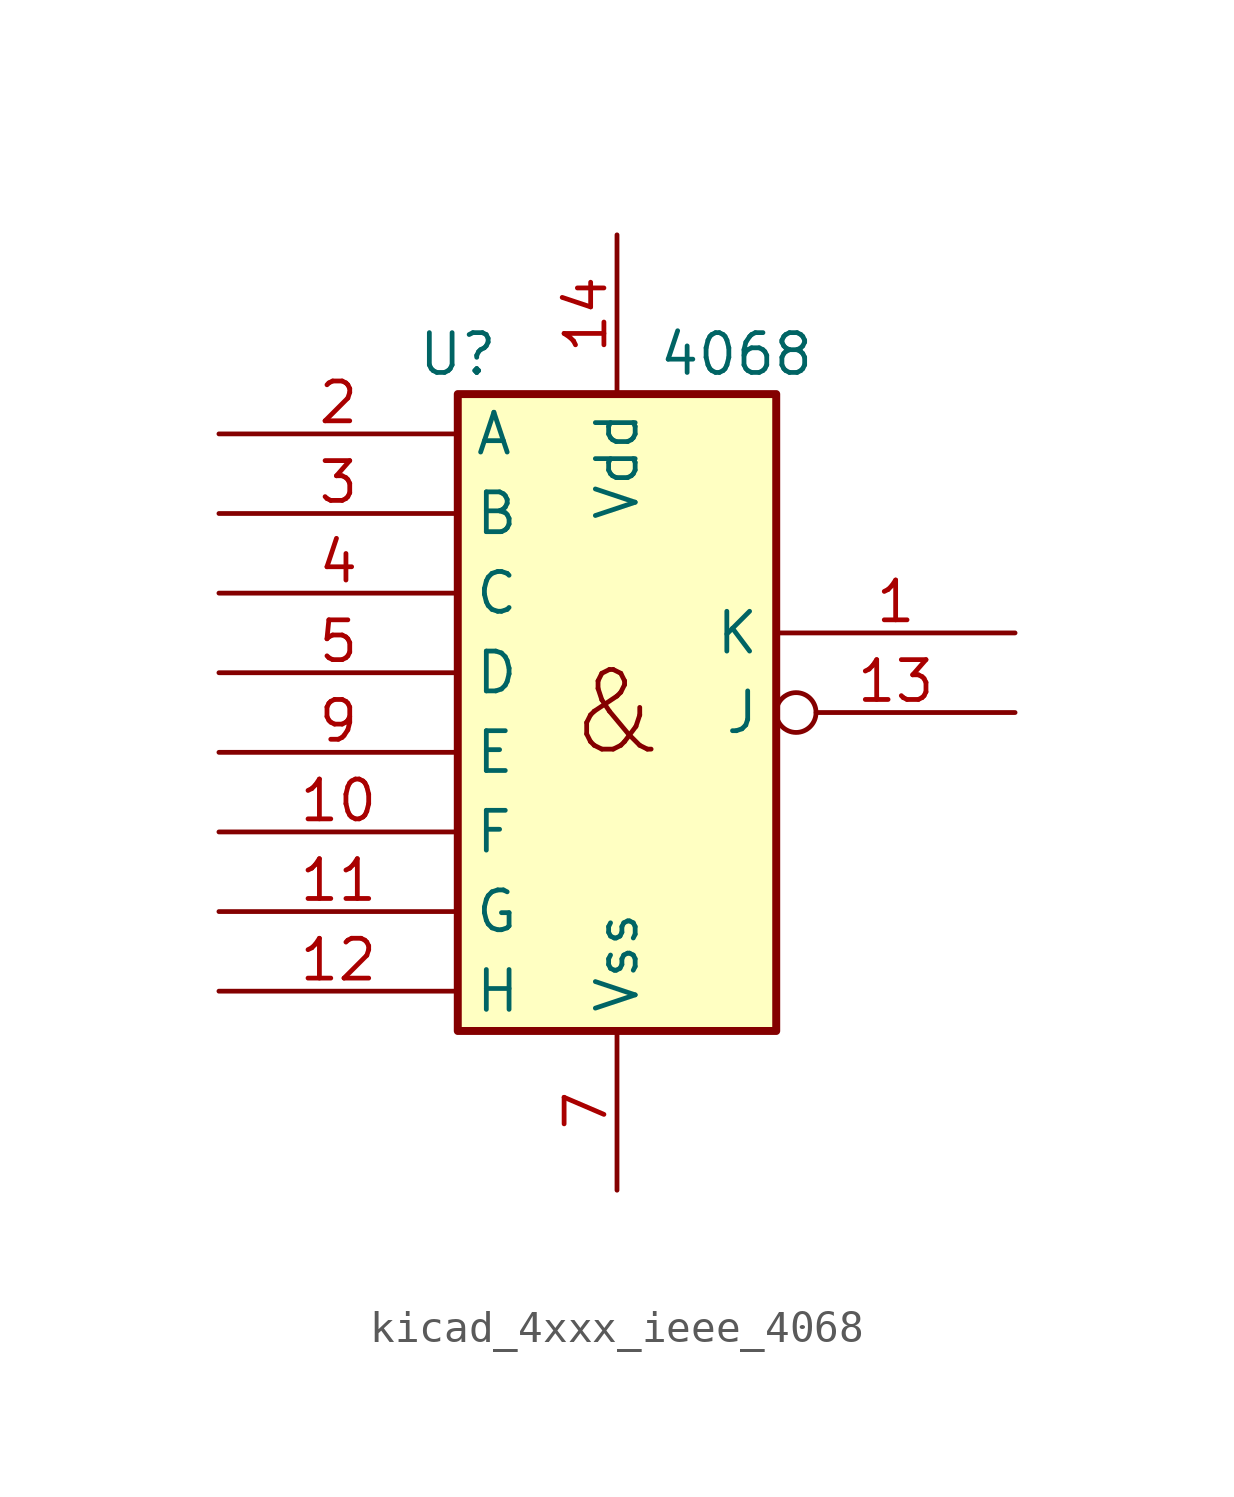
<source format=kicad_sym>
(kicad_symbol_lib
  (version 20220914)
  (generator kicad_symbol_editor)
  (symbol "kicad_4xxx_ieee_4068"
    (property "Reference" "U"
      (at -5.08 11.43 0)
      (effects (font (size 1.27 1.27))))
    (property "Value" "4068"
      (at 3.81 11.43 0)
      (effects (font (size 1.27 1.27))))
    (symbol "kicad_4xxx_ieee_4068_0_0"
      (rectangle (start -5.08 10.16) (end 5.08 -10.16) (stroke (width 0.254) (type default)) (fill (type background)))
      (text "&" (at 0 0 0) (effects (font (size 2.54 2.54)))))
    (symbol "kicad_4xxx_ieee_4068_0_1"
      (pin power_in line (at 0 15.24 270) (length 5.08) (name "Vdd" (effects (font (size 1.27 1.27)))) (number "14" (effects (font (size 1.27 1.27)))))
      (pin power_in line (at 0 -15.24 90) (length 5.08) (name "Vss" (effects (font (size 1.27 1.27)))) (number "7" (effects (font (size 1.27 1.27))))))
    (symbol "kicad_4xxx_ieee_4068_1_1"
      (pin output line (at 12.7 2.54 180) (length 7.62) (name "K" (effects (font (size 1.27 1.27)))) (number "1" (effects (font (size 1.27 1.27)))))
      (pin input line (at -12.7 -3.81 0) (length 7.62) (name "F" (effects (font (size 1.27 1.27)))) (number "10" (effects (font (size 1.27 1.27)))))
      (pin input line (at -12.7 -6.35 0) (length 7.62) (name "G" (effects (font (size 1.27 1.27)))) (number "11" (effects (font (size 1.27 1.27)))))
      (pin input line (at -12.7 -8.89 0) (length 7.62) (name "H" (effects (font (size 1.27 1.27)))) (number "12" (effects (font (size 1.27 1.27)))))
      (pin output inverted (at 12.7 0 180) (length 7.62) (name "J" (effects (font (size 1.27 1.27)))) (number "13" (effects (font (size 1.27 1.27)))))
      (pin input line (at -12.7 8.89 0) (length 7.62) (name "A" (effects (font (size 1.27 1.27)))) (number "2" (effects (font (size 1.27 1.27)))))
      (pin input line (at -12.7 6.35 0) (length 7.62) (name "B" (effects (font (size 1.27 1.27)))) (number "3" (effects (font (size 1.27 1.27)))))
      (pin input line (at -12.7 3.81 0) (length 7.62) (name "C" (effects (font (size 1.27 1.27)))) (number "4" (effects (font (size 1.27 1.27)))))
      (pin input line (at -12.7 1.27 0) (length 7.62) (name "D" (effects (font (size 1.27 1.27)))) (number "5" (effects (font (size 1.27 1.27)))))
      (pin input line (at -12.7 -1.27 0) (length 7.62) (name "E" (effects (font (size 1.27 1.27)))) (number "9" (effects (font (size 1.27 1.27))))))))
</source>
